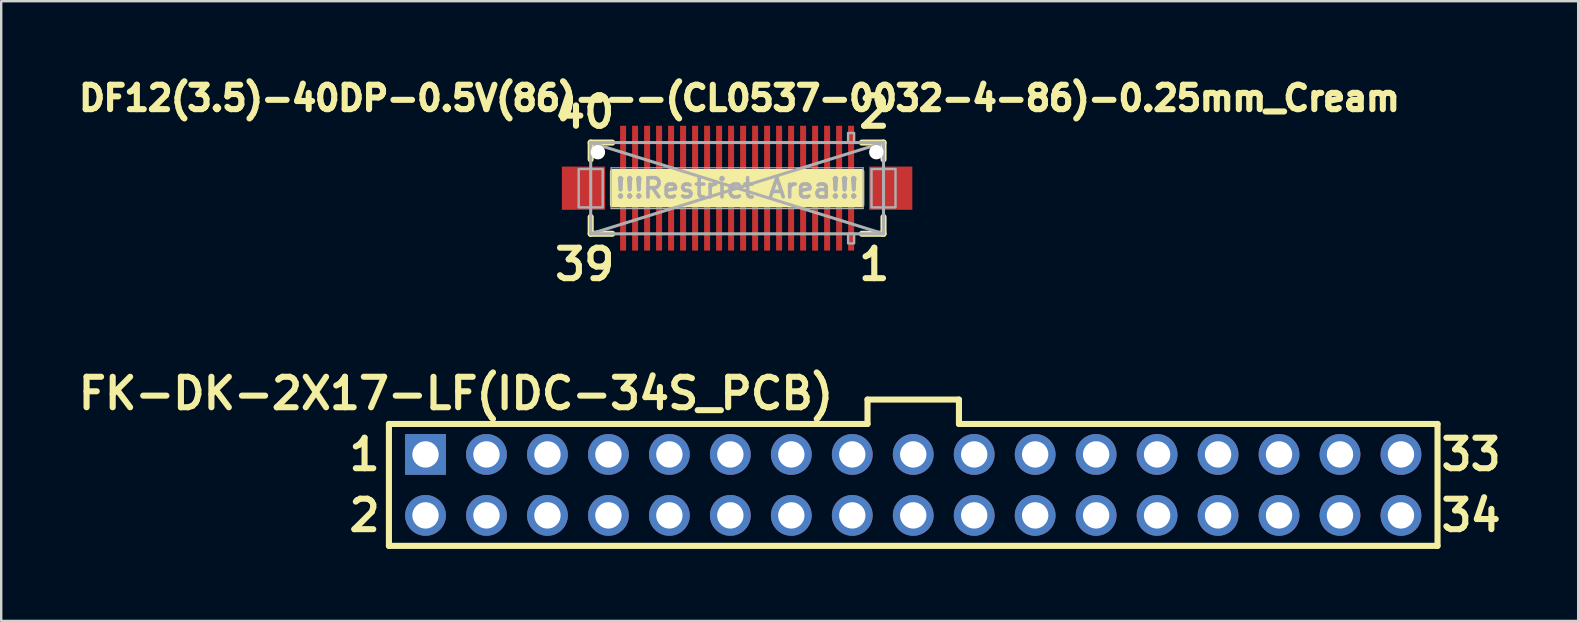
<source format=kicad_pcb>
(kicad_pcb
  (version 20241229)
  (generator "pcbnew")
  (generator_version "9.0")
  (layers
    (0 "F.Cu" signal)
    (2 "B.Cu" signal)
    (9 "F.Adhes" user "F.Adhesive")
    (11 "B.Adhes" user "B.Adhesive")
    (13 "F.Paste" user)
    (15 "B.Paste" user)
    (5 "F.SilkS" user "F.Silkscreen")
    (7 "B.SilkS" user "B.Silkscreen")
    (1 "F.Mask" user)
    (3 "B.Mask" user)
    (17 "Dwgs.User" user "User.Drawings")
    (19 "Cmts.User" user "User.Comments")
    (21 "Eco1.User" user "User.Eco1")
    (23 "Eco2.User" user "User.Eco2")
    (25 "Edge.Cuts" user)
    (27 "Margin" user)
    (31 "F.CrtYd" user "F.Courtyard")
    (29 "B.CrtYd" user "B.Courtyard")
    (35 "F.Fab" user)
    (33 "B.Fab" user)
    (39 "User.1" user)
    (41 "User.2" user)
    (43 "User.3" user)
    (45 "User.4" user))
  (footprint "DF12(3.5)-40DP-0.5V(86)---(CL0537-0032-4-86)-0.25mm_Cream"
    (layer "F.Cu")
    (at 27.66 4.79)
    (property "Reference" "DF12(3.5)-40DP-0.5V(86)---(CL0537-0032-4-86)-0.25mm_Cream" (at 0.1 -3.75 0) (layer "F.SilkS") (effects (font (size 1.016 1.016) (thickness 0.254))))
    (attr through_hole)
    (fp_line (start -6.1 -1.9) (end -6.1 -1.2) (stroke (width 0.254) (type solid)) (layer "F.SilkS"))
    (fp_line (start -6.1 1.2) (end -6.1 1.9) (stroke (width 0.254) (type solid)) (layer "F.SilkS"))
    (fp_line (start -6.1 1.9) (end -5.2 1.9) (stroke (width 0.254) (type solid)) (layer "F.SilkS"))
    (fp_line (start -5.2 -1.9) (end -6.1 -1.9) (stroke (width 0.254) (type solid)) (layer "F.SilkS"))
    (fp_line (start 5.2 1.9) (end 6.1 1.9) (stroke (width 0.254) (type solid)) (layer "F.SilkS"))
    (fp_line (start 6.1 -1.9) (end 5.2 -1.9) (stroke (width 0.254) (type solid)) (layer "F.SilkS"))
    (fp_line (start 6.1 -1.2) (end 6.1 -1.9) (stroke (width 0.254) (type solid)) (layer "F.SilkS"))
    (fp_line (start 6.1 1.9) (end 6.1 1.2) (stroke (width 0.254) (type solid)) (layer "F.SilkS"))
    (fp_poly (pts (xy 5.2 0.7) (xy -5.2 0.7) (xy -5.2 -0.7) (xy 5.2 -0.7)) (stroke (width 0.2) (type solid)) (fill yes) (layer "F.SilkS"))
    (fp_line (start -6.1 -1.9) (end 6.1 -1.9) (stroke (width 0.127) (type solid)) (layer "F.Fab"))
    (fp_line (start -6.1 -1.9) (end 6.1 1.9) (stroke (width 0.127) (type solid)) (layer "F.Fab"))
    (fp_line (start -6.1 1.9) (end -6.1 -1.9) (stroke (width 0.127) (type solid)) (layer "F.Fab"))
    (fp_line (start -5.25 -0.85) (end 5.25 -0.85) (stroke (width 0.05) (type solid)) (layer "F.Fab"))
    (fp_line (start -5.25 0.85) (end -5.25 -0.85) (stroke (width 0.05) (type solid)) (layer "F.Fab"))
    (fp_line (start 5.25 -0.85) (end 5.25 0.85) (stroke (width 0.05) (type solid)) (layer "F.Fab"))
    (fp_line (start 5.25 0.85) (end -5.25 0.85) (stroke (width 0.05) (type solid)) (layer "F.Fab"))
    (fp_line (start 6.1 -1.9) (end -6.1 1.9) (stroke (width 0.127) (type solid)) (layer "F.Fab"))
    (fp_line (start 6.1 -1.9) (end 6.1 1.9) (stroke (width 0.127) (type solid)) (layer "F.Fab"))
    (fp_line (start 6.1 1.9) (end -6.1 1.9) (stroke (width 0.127) (type solid)) (layer "F.Fab"))
    (fp_poly (pts (xy -5.6 0.8) (xy -6.6 0.8) (xy -6.6 -0.8) (xy -5.6 -0.8)) (stroke (width 0.1) (type solid)) (fill no) (layer "F.Fab"))
    (fp_poly (pts (xy 4.625 1.9) (xy 4.875 1.9) (xy 4.875 2.3) (xy 4.625 2.3)) (stroke (width 0.1) (type solid)) (fill no) (layer "F.Fab"))
    (fp_poly (pts (xy 4.875 -1.9) (xy 4.625 -1.9) (xy 4.625 -2.3) (xy 4.875 -2.3)) (stroke (width 0.1) (type solid)) (fill no) (layer "F.Fab"))
    (fp_poly (pts (xy 6.6 0.8) (xy 5.6 0.8) (xy 5.6 -0.8) (xy 6.6 -0.8)) (stroke (width 0.1) (type solid)) (fill no) (layer "F.Fab"))
    (fp_text user "1" (at 5.715 3.175 0) (layer "F.SilkS") (effects (font (size 1.27 1.27) (thickness 0.254))))
    (fp_text user "39" (at -6.35 3.175 0) (layer "F.SilkS") (effects (font (size 1.27 1.27) (thickness 0.254))))
    (fp_text user "40" (at -6.35 -3.175 0) (layer "F.SilkS") (effects (font (size 1.27 1.27) (thickness 0.254))))
    (fp_text user "2" (at 5.715 -3.175 0) (layer "F.SilkS") (effects (font (size 1.27 1.27) (thickness 0.254))))
    (fp_text user "!!!Restrict Area!!!" (at 0 0 0) (layer "F.Fab") (effects (font (size 0.8 0.8) (thickness 0.15))))
    (pad "" np_thru_hole circle (at -5.8 -1.5) (size 0.6 0.6) (drill 0.6) (layers "*.Cu" "*.Mask"))
    (pad "" smd rect (at -4.75 -1.8) (size 0.25 1.6) (layers "F.Paste"))
    (pad "" smd rect (at -4.75 -1.8) (size 0.352 1.702) (layers "F.Mask"))
    (pad "" smd rect (at -4.75 1.8) (size 0.25 1.6) (layers "F.Paste"))
    (pad "" smd rect (at -4.75 1.8) (size 0.352 1.702) (layers "F.Mask"))
    (pad "" smd rect (at -4.25 -1.8) (size 0.25 1.6) (layers "F.Paste"))
    (pad "" smd rect (at -4.25 -1.8) (size 0.352 1.702) (layers "F.Mask"))
    (pad "" smd rect (at -4.25 1.8) (size 0.25 1.6) (layers "F.Paste"))
    (pad "" smd rect (at -4.25 1.8) (size 0.352 1.702) (layers "F.Mask"))
    (pad "" smd rect (at -3.75 -1.8) (size 0.25 1.6) (layers "F.Paste"))
    (pad "" smd rect (at -3.75 -1.8) (size 0.352 1.702) (layers "F.Mask"))
    (pad "" smd rect (at -3.75 1.8) (size 0.25 1.6) (layers "F.Paste"))
    (pad "" smd rect (at -3.75 1.8) (size 0.352 1.702) (layers "F.Mask"))
    (pad "" smd rect (at -3.25 -1.8) (size 0.25 1.6) (layers "F.Paste"))
    (pad "" smd rect (at -3.25 -1.8) (size 0.352 1.702) (layers "F.Mask"))
    (pad "" smd rect (at -3.25 1.8) (size 0.25 1.6) (layers "F.Paste"))
    (pad "" smd rect (at -3.25 1.8) (size 0.352 1.702) (layers "F.Mask"))
    (pad "" smd rect (at -2.75 -1.8) (size 0.25 1.6) (layers "F.Paste"))
    (pad "" smd rect (at -2.75 -1.8) (size 0.352 1.702) (layers "F.Mask"))
    (pad "" smd rect (at -2.75 1.8) (size 0.25 1.6) (layers "F.Paste"))
    (pad "" smd rect (at -2.75 1.8) (size 0.352 1.702) (layers "F.Mask"))
    (pad "" smd rect (at -2.25 -1.8) (size 0.25 1.6) (layers "F.Paste"))
    (pad "" smd rect (at -2.25 -1.8) (size 0.352 1.702) (layers "F.Mask"))
    (pad "" smd rect (at -2.25 1.8) (size 0.25 1.6) (layers "F.Paste"))
    (pad "" smd rect (at -2.25 1.8) (size 0.352 1.702) (layers "F.Mask"))
    (pad "" smd rect (at -1.75 -1.8) (size 0.25 1.6) (layers "F.Paste"))
    (pad "" smd rect (at -1.75 -1.8) (size 0.352 1.702) (layers "F.Mask"))
    (pad "" smd rect (at -1.75 1.8) (size 0.25 1.6) (layers "F.Paste"))
    (pad "" smd rect (at -1.75 1.8) (size 0.352 1.702) (layers "F.Mask"))
    (pad "" smd rect (at -1.25 -1.8) (size 0.25 1.6) (layers "F.Paste"))
    (pad "" smd rect (at -1.25 -1.8) (size 0.352 1.702) (layers "F.Mask"))
    (pad "" smd rect (at -1.25 1.8) (size 0.25 1.6) (layers "F.Paste"))
    (pad "" smd rect (at -1.25 1.8) (size 0.352 1.702) (layers "F.Mask"))
    (pad "" smd rect (at -0.75 -1.8) (size 0.25 1.6) (layers "F.Paste"))
    (pad "" smd rect (at -0.75 -1.8) (size 0.352 1.702) (layers "F.Mask"))
    (pad "" smd rect (at -0.75 1.8) (size 0.25 1.6) (layers "F.Paste"))
    (pad "" smd rect (at -0.75 1.8) (size 0.352 1.702) (layers "F.Mask"))
    (pad "" smd rect (at -0.25 -1.8) (size 0.25 1.6) (layers "F.Paste"))
    (pad "" smd rect (at -0.25 -1.8) (size 0.352 1.702) (layers "F.Mask"))
    (pad "" smd rect (at -0.25 1.8) (size 0.25 1.6) (layers "F.Paste"))
    (pad "" smd rect (at -0.25 1.8) (size 0.352 1.702) (layers "F.Mask"))
    (pad "" smd rect (at 0.25 -1.8) (size 0.25 1.6) (layers "F.Paste"))
    (pad "" smd rect (at 0.25 -1.8) (size 0.352 1.702) (layers "F.Mask"))
    (pad "" smd rect (at 0.25 1.8) (size 0.25 1.6) (layers "F.Paste"))
    (pad "" smd rect (at 0.25 1.8) (size 0.352 1.702) (layers "F.Mask"))
    (pad "" smd rect (at 0.75 -1.8) (size 0.25 1.6) (layers "F.Paste"))
    (pad "" smd rect (at 0.75 -1.8) (size 0.352 1.702) (layers "F.Mask"))
    (pad "" smd rect (at 0.75 1.8) (size 0.25 1.6) (layers "F.Paste"))
    (pad "" smd rect (at 0.75 1.8) (size 0.352 1.702) (layers "F.Mask"))
    (pad "" smd rect (at 1.25 -1.8) (size 0.25 1.6) (layers "F.Paste"))
    (pad "" smd rect (at 1.25 -1.8) (size 0.352 1.702) (layers "F.Mask"))
    (pad "" smd rect (at 1.25 1.8) (size 0.25 1.6) (layers "F.Paste"))
    (pad "" smd rect (at 1.25 1.8) (size 0.352 1.702) (layers "F.Mask"))
    (pad "" smd rect (at 1.75 -1.8) (size 0.25 1.6) (layers "F.Paste"))
    (pad "" smd rect (at 1.75 -1.8) (size 0.352 1.702) (layers "F.Mask"))
    (pad "" smd rect (at 1.75 1.8) (size 0.25 1.6) (layers "F.Paste"))
    (pad "" smd rect (at 1.75 1.8) (size 0.352 1.702) (layers "F.Mask"))
    (pad "" smd rect (at 2.25 -1.8) (size 0.25 1.6) (layers "F.Paste"))
    (pad "" smd rect (at 2.25 -1.8) (size 0.352 1.702) (layers "F.Mask"))
    (pad "" smd rect (at 2.25 1.8) (size 0.25 1.6) (layers "F.Paste"))
    (pad "" smd rect (at 2.25 1.8) (size 0.352 1.702) (layers "F.Mask"))
    (pad "" smd rect (at 2.75 -1.8) (size 0.25 1.6) (layers "F.Paste"))
    (pad "" smd rect (at 2.75 -1.8) (size 0.352 1.702) (layers "F.Mask"))
    (pad "" smd rect (at 2.75 1.8) (size 0.25 1.6) (layers "F.Paste"))
    (pad "" smd rect (at 2.75 1.8) (size 0.352 1.702) (layers "F.Mask"))
    (pad "" smd rect (at 3.25 -1.8) (size 0.25 1.6) (layers "F.Paste"))
    (pad "" smd rect (at 3.25 -1.8) (size 0.352 1.702) (layers "F.Mask"))
    (pad "" smd rect (at 3.25 1.8) (size 0.25 1.6) (layers "F.Paste"))
    (pad "" smd rect (at 3.25 1.8) (size 0.352 1.702) (layers "F.Mask"))
    (pad "" smd rect (at 3.75 -1.8) (size 0.25 1.6) (layers "F.Paste"))
    (pad "" smd rect (at 3.75 -1.8) (size 0.352 1.702) (layers "F.Mask"))
    (pad "" smd rect (at 3.75 1.8) (size 0.25 1.6) (layers "F.Paste"))
    (pad "" smd rect (at 3.75 1.8) (size 0.352 1.702) (layers "F.Mask"))
    (pad "" smd rect (at 4.25 -1.8) (size 0.25 1.6) (layers "F.Paste"))
    (pad "" smd rect (at 4.25 -1.8) (size 0.352 1.702) (layers "F.Mask"))
    (pad "" smd rect (at 4.25 1.8) (size 0.25 1.6) (layers "F.Paste"))
    (pad "" smd rect (at 4.25 1.8) (size 0.352 1.702) (layers "F.Mask"))
    (pad "" smd rect (at 4.75 -1.8) (size 0.25 1.6) (layers "F.Paste"))
    (pad "" smd rect (at 4.75 -1.8) (size 0.352 1.702) (layers "F.Mask"))
    (pad "" smd rect (at 4.75 1.8) (size 0.25 1.6) (layers "F.Paste"))
    (pad "" smd rect (at 4.75 1.8) (size 0.352 1.702) (layers "F.Mask"))
    (pad "" np_thru_hole circle (at 5.8 -1.5) (size 0.6 0.6) (drill 0.6) (layers "*.Cu" "*.Mask"))
    (pad "0" smd rect (at -6.4 0) (size 1.8 1.8) (layers "F.Cu" "F.Mask" "F.Paste"))
    (pad "0" smd rect (at 6.4 0) (size 1.8 1.8) (layers "F.Cu" "F.Mask" "F.Paste"))
    (pad "1" smd rect (at 4.75 1.4) (size 0.25 2.4) (layers "F.Cu"))
    (pad "2" smd rect (at 4.75 -1.4) (size 0.25 2.4) (layers "F.Cu"))
    (pad "3" smd rect (at 4.25 1.4) (size 0.25 2.4) (layers "F.Cu"))
    (pad "4" smd rect (at 4.25 -1.4) (size 0.25 2.4) (layers "F.Cu"))
    (pad "5" smd rect (at 3.75 1.4) (size 0.25 2.4) (layers "F.Cu"))
    (pad "6" smd rect (at 3.75 -1.4) (size 0.25 2.4) (layers "F.Cu"))
    (pad "7" smd rect (at 3.25 1.4) (size 0.25 2.4) (layers "F.Cu"))
    (pad "8" smd rect (at 3.25 -1.4) (size 0.25 2.4) (layers "F.Cu"))
    (pad "9" smd rect (at 2.75 1.4) (size 0.25 2.4) (layers "F.Cu"))
    (pad "10" smd rect (at 2.75 -1.4) (size 0.25 2.4) (layers "F.Cu"))
    (pad "11" smd rect (at 2.25 1.4) (size 0.25 2.4) (layers "F.Cu"))
    (pad "12" smd rect (at 2.25 -1.4) (size 0.25 2.4) (layers "F.Cu"))
    (pad "13" smd rect (at 1.75 1.4) (size 0.25 2.4) (layers "F.Cu"))
    (pad "14" smd rect (at 1.75 -1.4) (size 0.25 2.4) (layers "F.Cu"))
    (pad "15" smd rect (at 1.25 1.4) (size 0.25 2.4) (layers "F.Cu"))
    (pad "16" smd rect (at 1.25 -1.4) (size 0.25 2.4) (layers "F.Cu"))
    (pad "17" smd rect (at 0.75 1.4) (size 0.25 2.4) (layers "F.Cu"))
    (pad "18" smd rect (at 0.75 -1.4) (size 0.25 2.4) (layers "F.Cu"))
    (pad "19" smd rect (at 0.25 1.4) (size 0.25 2.4) (layers "F.Cu"))
    (pad "20" smd rect (at 0.25 -1.4) (size 0.25 2.4) (layers "F.Cu"))
    (pad "21" smd rect (at -0.25 1.4) (size 0.25 2.4) (layers "F.Cu"))
    (pad "22" smd rect (at -0.25 -1.4) (size 0.25 2.4) (layers "F.Cu"))
    (pad "23" smd rect (at -0.75 1.4) (size 0.25 2.4) (layers "F.Cu"))
    (pad "24" smd rect (at -0.75 -1.4) (size 0.25 2.4) (layers "F.Cu"))
    (pad "25" smd rect (at -1.25 1.4) (size 0.25 2.4) (layers "F.Cu"))
    (pad "26" smd rect (at -1.25 -1.4) (size 0.25 2.4) (layers "F.Cu"))
    (pad "27" smd rect (at -1.75 1.4) (size 0.25 2.4) (layers "F.Cu"))
    (pad "28" smd rect (at -1.75 -1.4) (size 0.25 2.4) (layers "F.Cu"))
    (pad "29" smd rect (at -2.25 1.4) (size 0.25 2.4) (layers "F.Cu"))
    (pad "30" smd rect (at -2.25 -1.4) (size 0.25 2.4) (layers "F.Cu"))
    (pad "31" smd rect (at -2.75 1.4) (size 0.25 2.4) (layers "F.Cu"))
    (pad "32" smd rect (at -2.75 -1.4) (size 0.25 2.4) (layers "F.Cu"))
    (pad "33" smd rect (at -3.25 1.4) (size 0.25 2.4) (layers "F.Cu"))
    (pad "34" smd rect (at -3.25 -1.4) (size 0.25 2.4) (layers "F.Cu"))
    (pad "35" smd rect (at -3.75 1.4) (size 0.25 2.4) (layers "F.Cu"))
    (pad "36" smd rect (at -3.75 -1.4) (size 0.25 2.4) (layers "F.Cu"))
    (pad "37" smd rect (at -4.25 1.4) (size 0.25 2.4) (layers "F.Cu"))
    (pad "38" smd rect (at -4.25 -1.4) (size 0.25 2.4) (layers "F.Cu"))
    (pad "39" smd rect (at -4.75 1.4) (size 0.25 2.4) (layers "F.Cu"))
    (pad "40" smd rect (at -4.75 -1.4) (size 0.25 2.4) (layers "F.Cu")))
  (footprint "FK-DK-2X17-LF(IDC-34S_PCB)"
    (layer "F.Cu")
    (at 34.998 17.153)
    (property "Reference" "FK-DK-2X17-LF(IDC-34S_PCB)" (at -19.05 -3.81 0) (layer "F.SilkS") (effects (font (size 1.27 1.27) (thickness 0.254))))
    (attr through_hole)
    (fp_line (start -21.844 -2.54) (end -21.844 2.54) (stroke (width 0.254) (type solid)) (layer "F.SilkS"))
    (fp_line (start -21.844 -2.54) (end -1.905 -2.54) (stroke (width 0.254) (type solid)) (layer "F.SilkS"))
    (fp_line (start -21.844 2.54) (end 21.844 2.54) (stroke (width 0.254) (type solid)) (layer "F.SilkS"))
    (fp_line (start -1.905 -3.556) (end 1.905 -3.556) (stroke (width 0.254) (type solid)) (layer "F.SilkS"))
    (fp_line (start -1.905 -2.54) (end -1.905 -3.556) (stroke (width 0.254) (type solid)) (layer "F.SilkS"))
    (fp_line (start 1.905 -3.556) (end 1.905 -2.54) (stroke (width 0.254) (type solid)) (layer "F.SilkS"))
    (fp_line (start 1.905 -2.54) (end 21.844 -2.54) (stroke (width 0.254) (type solid)) (layer "F.SilkS"))
    (fp_line (start 21.844 -2.54) (end 21.844 2.54) (stroke (width 0.254) (type solid)) (layer "F.SilkS"))
    (fp_text user "34" (at 23.241 1.27 0) (layer "F.SilkS") (effects (font (size 1.27 1.27) (thickness 0.254))))
    (fp_text user "33" (at 23.241 -1.27 0) (layer "F.SilkS") (effects (font (size 1.27 1.27) (thickness 0.254))))
    (fp_text user "2" (at -22.86 1.27 0) (layer "F.SilkS") (effects (font (size 1.27 1.27) (thickness 0.254))))
    (fp_text user "1" (at -22.86 -1.27 0) (layer "F.SilkS") (effects (font (size 1.27 1.27) (thickness 0.254))))
    (pad "1" thru_hole rect (at -20.32 -1.27) (size 1.7 1.7) (drill 1.1) (layers "*.Cu" "*.Mask"))
    (pad "2" thru_hole circle (at -20.32 1.27) (size 1.7 1.7) (drill 1.1) (layers "*.Cu" "*.Mask"))
    (pad "3" thru_hole circle (at -17.78 -1.27) (size 1.7 1.7) (drill 1.1) (layers "*.Cu" "*.Mask"))
    (pad "4" thru_hole circle (at -17.78 1.27) (size 1.7 1.7) (drill 1.1) (layers "*.Cu" "*.Mask"))
    (pad "5" thru_hole circle (at -15.24 -1.27) (size 1.7 1.7) (drill 1.1) (layers "*.Cu" "*.Mask"))
    (pad "6" thru_hole circle (at -15.24 1.27) (size 1.7 1.7) (drill 1.1) (layers "*.Cu" "*.Mask"))
    (pad "7" thru_hole circle (at -12.7 -1.27) (size 1.7 1.7) (drill 1.1) (layers "*.Cu" "*.Mask"))
    (pad "8" thru_hole circle (at -12.7 1.27) (size 1.7 1.7) (drill 1.1) (layers "*.Cu" "*.Mask"))
    (pad "9" thru_hole circle (at -10.16 -1.27) (size 1.7 1.7) (drill 1.1) (layers "*.Cu" "*.Mask"))
    (pad "10" thru_hole circle (at -10.16 1.27) (size 1.7 1.7) (drill 1.1) (layers "*.Cu" "*.Mask"))
    (pad "11" thru_hole circle (at -7.62 -1.27) (size 1.7 1.7) (drill 1.1) (layers "*.Cu" "*.Mask"))
    (pad "12" thru_hole circle (at -7.62 1.27) (size 1.7 1.7) (drill 1.1) (layers "*.Cu" "*.Mask"))
    (pad "13" thru_hole circle (at -5.08 -1.27) (size 1.7 1.7) (drill 1.1) (layers "*.Cu" "*.Mask"))
    (pad "14" thru_hole circle (at -5.08 1.27) (size 1.7 1.7) (drill 1.1) (layers "*.Cu" "*.Mask"))
    (pad "15" thru_hole circle (at -2.54 -1.27) (size 1.7 1.7) (drill 1.1) (layers "*.Cu" "*.Mask"))
    (pad "16" thru_hole circle (at -2.54 1.27) (size 1.7 1.7) (drill 1.1) (layers "*.Cu" "*.Mask"))
    (pad "17" thru_hole circle (at 0 -1.27) (size 1.7 1.7) (drill 1.1) (layers "*.Cu" "*.Mask"))
    (pad "18" thru_hole circle (at 0 1.27) (size 1.7 1.7) (drill 1.1) (layers "*.Cu" "*.Mask"))
    (pad "19" thru_hole circle (at 2.54 -1.27) (size 1.7 1.7) (drill 1.1) (layers "*.Cu" "*.Mask"))
    (pad "20" thru_hole circle (at 2.54 1.27) (size 1.7 1.7) (drill 1.1) (layers "*.Cu" "*.Mask"))
    (pad "21" thru_hole circle (at 5.08 -1.27) (size 1.7 1.7) (drill 1.1) (layers "*.Cu" "*.Mask"))
    (pad "22" thru_hole circle (at 5.08 1.27) (size 1.7 1.7) (drill 1.1) (layers "*.Cu" "*.Mask"))
    (pad "23" thru_hole circle (at 7.62 -1.27) (size 1.7 1.7) (drill 1.1) (layers "*.Cu" "*.Mask"))
    (pad "24" thru_hole circle (at 7.62 1.27) (size 1.7 1.7) (drill 1.1) (layers "*.Cu" "*.Mask"))
    (pad "25" thru_hole circle (at 10.16 -1.27) (size 1.7 1.7) (drill 1.1) (layers "*.Cu" "*.Mask"))
    (pad "26" thru_hole circle (at 10.16 1.27) (size 1.7 1.7) (drill 1.1) (layers "*.Cu" "*.Mask"))
    (pad "27" thru_hole circle (at 12.7 -1.27) (size 1.7 1.7) (drill 1.1) (layers "*.Cu" "*.Mask"))
    (pad "28" thru_hole circle (at 12.7 1.27) (size 1.7 1.7) (drill 1.1) (layers "*.Cu" "*.Mask"))
    (pad "29" thru_hole circle (at 15.24 -1.27) (size 1.7 1.7) (drill 1.1) (layers "*.Cu" "*.Mask"))
    (pad "30" thru_hole circle (at 15.24 1.27) (size 1.7 1.7) (drill 1.1) (layers "*.Cu" "*.Mask"))
    (pad "31" thru_hole circle (at 17.78 -1.27) (size 1.7 1.7) (drill 1.1) (layers "*.Cu" "*.Mask"))
    (pad "32" thru_hole circle (at 17.78 1.27) (size 1.7 1.7) (drill 1.1) (layers "*.Cu" "*.Mask"))
    (pad "33" thru_hole circle (at 20.32 -1.27) (size 1.7 1.7) (drill 1.1) (layers "*.Cu" "*.Mask"))
    (pad "34" thru_hole circle (at 20.32 1.27) (size 1.7 1.7) (drill 1.1) (layers "*.Cu" "*.Mask")))
  (gr_rect
    (start -3 -3)
    (end 62.702 22.82)
    (stroke (width 0.1) (type default))
    (fill no)
    (layer "Edge.Cuts")))
</source>
